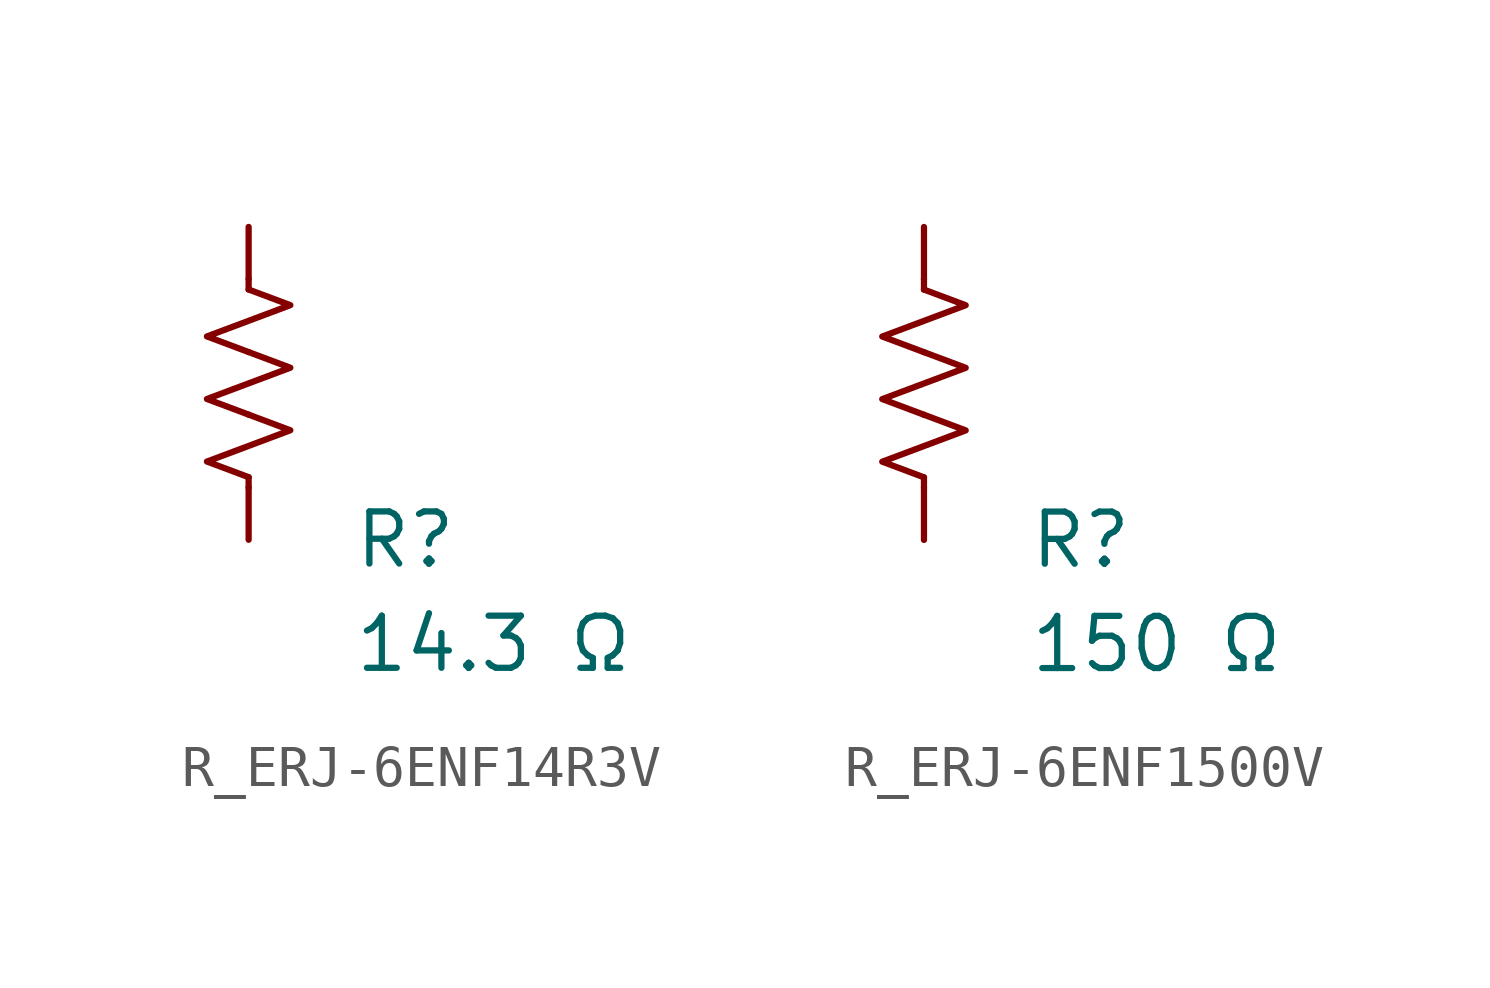
<source format=kicad_sym>
(kicad_symbol_lib
  (version 20231120)
  (generator "kicad_symbol_editor")
  (generator_version "8.0")
  (symbol "R_ERJ-6ENF14R3V"
    (pin_numbers hide)
    (pin_names
      (offset 0))
    (property "Reference" "R"
      (at 2.54 -3.81 0)
      (effects (font (size 1.27 1.27)) (justify left))
      (show_name no))
    (property "Value" "14.3 Ω"
      (at 2.54 -6.35 0)
      (effects (font (size 1.27 1.27)) (justify left))
      (show_name no))
    (symbol "R_ERJ-6ENF14R3V_0_1"
      (polyline (pts (xy 0 -2.286) (xy 0 -2.54)) (stroke (width 0) (type default)) (fill (type none)))
      (polyline (pts (xy 0 2.286) (xy 0 2.54)) (stroke (width 0) (type default)) (fill (type none)))
      (polyline (pts (xy 0 -0.762) (xy 1.016 -1.143) (xy 0 -1.524) (xy -1.016 -1.905) (xy 0 -2.286)) (stroke (width 0) (type default)) (fill (type none)))
      (polyline (pts (xy 0 0.762) (xy 1.016 0.381) (xy 0 0) (xy -1.016 -0.381) (xy 0 -0.762)) (stroke (width 0) (type default)) (fill (type none)))
      (polyline (pts (xy 0 2.286) (xy 1.016 1.905) (xy 0 1.524) (xy -1.016 1.143) (xy 0 0.762)) (stroke (width 0) (type default)) (fill (type none))))
    (symbol "R_ERJ-6ENF14R3V_1_1"
      (pin passive line (at 0 3.81 270) (length 1.27) (name "~" (effects (font (size 1.27 1.27)))) (number "1" (effects (font (size 1.27 1.27)))))
      (pin passive line (at 0 -3.81 90) (length 1.27) (name "~" (effects (font (size 1.27 1.27)))) (number "2" (effects (font (size 1.27 1.27)))))))
  (symbol "R_ERJ-6ENF1500V"
    (pin_numbers hide)
    (pin_names
      (offset 0))
    (property "Reference" "R"
      (at 2.54 -3.81 0)
      (effects (font (size 1.27 1.27)) (justify left))
      (show_name no))
    (property "Value" "150 Ω"
      (at 2.54 -6.35 0)
      (effects (font (size 1.27 1.27)) (justify left))
      (show_name no))
    (symbol "R_ERJ-6ENF1500V_0_1"
      (polyline (pts (xy 0 -2.286) (xy 0 -2.54)) (stroke (width 0) (type default)) (fill (type none)))
      (polyline (pts (xy 0 2.286) (xy 0 2.54)) (stroke (width 0) (type default)) (fill (type none)))
      (polyline (pts (xy 0 -0.762) (xy 1.016 -1.143) (xy 0 -1.524) (xy -1.016 -1.905) (xy 0 -2.286)) (stroke (width 0) (type default)) (fill (type none)))
      (polyline (pts (xy 0 0.762) (xy 1.016 0.381) (xy 0 0) (xy -1.016 -0.381) (xy 0 -0.762)) (stroke (width 0) (type default)) (fill (type none)))
      (polyline (pts (xy 0 2.286) (xy 1.016 1.905) (xy 0 1.524) (xy -1.016 1.143) (xy 0 0.762)) (stroke (width 0) (type default)) (fill (type none))))
    (symbol "R_ERJ-6ENF1500V_1_1"
      (pin passive line (at 0 3.81 270) (length 1.27) (name "~" (effects (font (size 1.27 1.27)))) (number "1" (effects (font (size 1.27 1.27)))))
      (pin passive line (at 0 -3.81 90) (length 1.27) (name "~" (effects (font (size 1.27 1.27)))) (number "2" (effects (font (size 1.27 1.27))))))))
</source>
